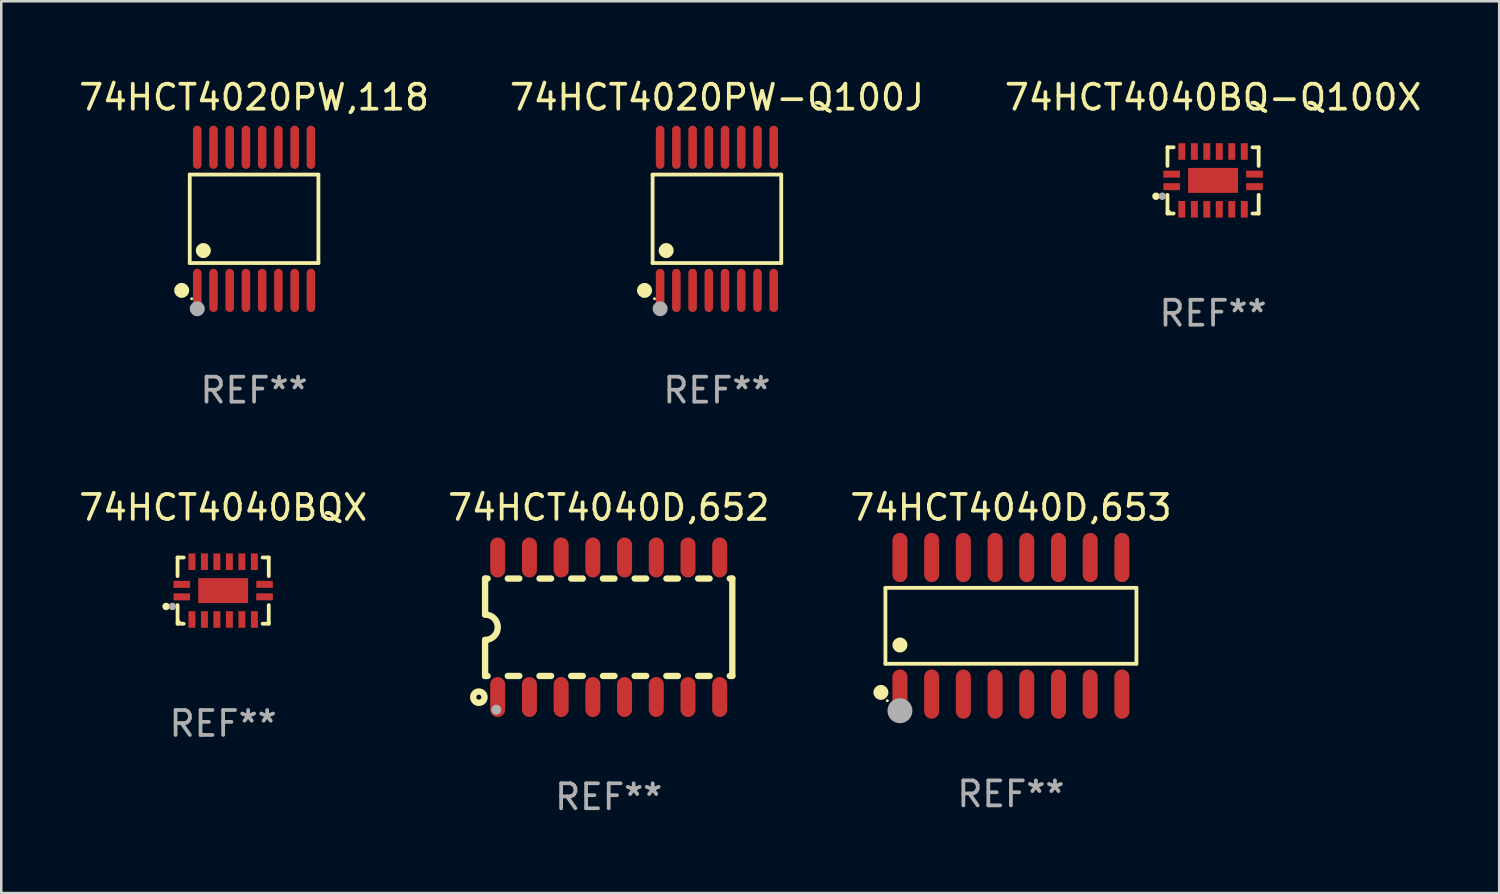
<source format=kicad_pcb>
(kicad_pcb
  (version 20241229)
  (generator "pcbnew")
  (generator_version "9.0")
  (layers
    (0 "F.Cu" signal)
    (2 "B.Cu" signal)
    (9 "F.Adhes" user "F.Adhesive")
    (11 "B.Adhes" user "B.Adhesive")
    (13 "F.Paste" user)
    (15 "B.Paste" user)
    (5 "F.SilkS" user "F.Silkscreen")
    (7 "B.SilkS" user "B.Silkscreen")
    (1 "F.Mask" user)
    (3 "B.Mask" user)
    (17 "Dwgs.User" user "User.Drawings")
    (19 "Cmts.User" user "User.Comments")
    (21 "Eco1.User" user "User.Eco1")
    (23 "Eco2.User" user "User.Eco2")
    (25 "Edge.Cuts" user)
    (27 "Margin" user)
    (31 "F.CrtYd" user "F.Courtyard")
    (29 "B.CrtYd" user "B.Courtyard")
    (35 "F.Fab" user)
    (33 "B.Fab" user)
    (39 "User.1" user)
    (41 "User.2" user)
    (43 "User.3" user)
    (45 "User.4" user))
  (footprint "74HCT4040BQX"
    (layer "F.Cu")
    (at 5.887 20.602)
    (property "Reference" "74HCT4040BQX" (at 0 -3.326 0) (layer "F.SilkS") (effects (font (size 1 1) (thickness 0.15))))
    (attr through_hole)
    (fp_line (start -1.826 -1.326) (end -1.58 -1.326) (stroke (width 0.152) (type solid)) (layer "F.SilkS"))
    (fp_line (start -1.826 -0.58) (end -1.826 -1.326) (stroke (width 0.152) (type solid)) (layer "F.SilkS"))
    (fp_line (start -1.826 0.58) (end -1.826 1.326) (stroke (width 0.152) (type solid)) (layer "F.SilkS"))
    (fp_line (start -1.826 1.326) (end -1.58 1.326) (stroke (width 0.152) (type solid)) (layer "F.SilkS"))
    (fp_line (start 1.826 -1.326) (end 1.58 -1.326) (stroke (width 0.152) (type solid)) (layer "F.SilkS"))
    (fp_line (start 1.826 -0.58) (end 1.826 -1.326) (stroke (width 0.152) (type solid)) (layer "F.SilkS"))
    (fp_line (start 1.826 0.58) (end 1.826 1.326) (stroke (width 0.152) (type solid)) (layer "F.SilkS"))
    (fp_line (start 1.826 1.326) (end 1.58 1.326) (stroke (width 0.152) (type solid)) (layer "F.SilkS"))
    (fp_circle (center -2.286 0.635) (end -2.211 0.635) (stroke (width 0.15) (type solid)) (fill no) (layer "F.SilkS"))
    (fp_circle (center -1.75 1.25) (end -1.72 1.25) (stroke (width 0.06) (type solid)) (fill no) (layer "F.SilkS"))
    (fp_circle (center -2.032 0.635) (end -1.957 0.635) (stroke (width 0.15) (type solid)) (fill no) (layer "F.Fab"))
    (fp_text user "REF**" (at 0 5.326 0) (layer "F.Fab") (effects (font (size 1 1) (thickness 0.15))))
    (pad "1" smd rect (at -1.658 0.25) (size 0.665 0.28) (layers "F.Cu" "F.Mask" "F.Paste"))
    (pad "2" smd rect (at -1.25 1.157) (size 0.28 0.665) (layers "F.Cu" "F.Mask" "F.Paste"))
    (pad "3" smd rect (at -0.75 1.157) (size 0.28 0.665) (layers "F.Cu" "F.Mask" "F.Paste"))
    (pad "4" smd rect (at -0.25 1.157) (size 0.28 0.665) (layers "F.Cu" "F.Mask" "F.Paste"))
    (pad "5" smd rect (at 0.25 1.157) (size 0.28 0.665) (layers "F.Cu" "F.Mask" "F.Paste"))
    (pad "6" smd rect (at 0.75 1.157) (size 0.28 0.665) (layers "F.Cu" "F.Mask" "F.Paste"))
    (pad "7" smd rect (at 1.25 1.157) (size 0.28 0.665) (layers "F.Cu" "F.Mask" "F.Paste"))
    (pad "8" smd rect (at 1.658 0.25) (size 0.665 0.28) (layers "F.Cu" "F.Mask" "F.Paste"))
    (pad "9" smd rect (at 1.658 -0.25) (size 0.665 0.28) (layers "F.Cu" "F.Mask" "F.Paste"))
    (pad "10" smd rect (at 1.25 -1.157) (size 0.28 0.665) (layers "F.Cu" "F.Mask" "F.Paste"))
    (pad "11" smd rect (at 0.75 -1.157) (size 0.28 0.665) (layers "F.Cu" "F.Mask" "F.Paste"))
    (pad "12" smd rect (at 0.25 -1.157) (size 0.28 0.665) (layers "F.Cu" "F.Mask" "F.Paste"))
    (pad "13" smd rect (at -0.25 -1.157) (size 0.28 0.665) (layers "F.Cu" "F.Mask" "F.Paste"))
    (pad "14" smd rect (at -0.75 -1.157) (size 0.28 0.665) (layers "F.Cu" "F.Mask" "F.Paste"))
    (pad "15" smd rect (at -1.25 -1.157) (size 0.28 0.665) (layers "F.Cu" "F.Mask" "F.Paste"))
    (pad "16" smd rect (at -1.658 -0.25) (size 0.665 0.28) (layers "F.Cu" "F.Mask" "F.Paste"))
    (pad "17" smd rect (at 0 0) (size 2 1) (layers "F.Cu" "F.Mask" "F.Paste")))
  (footprint "74HCT4040D,653"
    (layer "F.Cu")
    (at 37.435 22.012)
    (property "Reference" "74HCT4040D,653" (at 0 -4.736 0) (layer "F.SilkS") (effects (font (size 1 1) (thickness 0.15))))
    (attr through_hole)
    (fp_line (start -5.026 -1.521) (end 5.026 -1.521) (stroke (width 0.152) (type solid)) (layer "F.SilkS"))
    (fp_line (start -5.026 1.521) (end -5.026 -1.521) (stroke (width 0.152) (type solid)) (layer "F.SilkS"))
    (fp_line (start 5.026 -1.521) (end 5.026 1.521) (stroke (width 0.152) (type solid)) (layer "F.SilkS"))
    (fp_line (start 5.026 1.521) (end -5.026 1.521) (stroke (width 0.152) (type solid)) (layer "F.SilkS"))
    (fp_circle (center -5.207 2.667) (end -5.057 2.667) (stroke (width 0.3) (type solid)) (fill no) (layer "F.SilkS"))
    (fp_circle (center -4.95 3) (end -4.92 3) (stroke (width 0.06) (type solid)) (fill no) (layer "F.SilkS"))
    (fp_circle (center -4.445 0.769) (end -4.295 0.769) (stroke (width 0.3) (type solid)) (fill no) (layer "F.SilkS"))
    (fp_circle (center -4.445 3.4) (end -4.195 3.4) (stroke (width 0.5) (type solid)) (fill no) (layer "F.Fab"))
    (fp_text user "REF**" (at 0 6.736 0) (layer "F.Fab") (effects (font (size 1 1) (thickness 0.15))))
    (pad "1" smd oval (at -4.445 2.736) (size 0.602 1.971) (layers "F.Cu" "F.Mask" "F.Paste"))
    (pad "2" smd oval (at -3.175 2.736) (size 0.602 1.971) (layers "F.Cu" "F.Mask" "F.Paste"))
    (pad "3" smd oval (at -1.905 2.736) (size 0.602 1.971) (layers "F.Cu" "F.Mask" "F.Paste"))
    (pad "4" smd oval (at -0.635 2.736) (size 0.602 1.971) (layers "F.Cu" "F.Mask" "F.Paste"))
    (pad "5" smd oval (at 0.635 2.736) (size 0.602 1.971) (layers "F.Cu" "F.Mask" "F.Paste"))
    (pad "6" smd oval (at 1.905 2.736) (size 0.602 1.971) (layers "F.Cu" "F.Mask" "F.Paste"))
    (pad "7" smd oval (at 3.175 2.736) (size 0.602 1.971) (layers "F.Cu" "F.Mask" "F.Paste"))
    (pad "8" smd oval (at 4.445 2.736) (size 0.602 1.971) (layers "F.Cu" "F.Mask" "F.Paste"))
    (pad "9" smd oval (at 4.445 -2.736) (size 0.602 1.971) (layers "F.Cu" "F.Mask" "F.Paste"))
    (pad "10" smd oval (at 3.175 -2.736) (size 0.602 1.971) (layers "F.Cu" "F.Mask" "F.Paste"))
    (pad "11" smd oval (at 1.905 -2.736) (size 0.602 1.971) (layers "F.Cu" "F.Mask" "F.Paste"))
    (pad "12" smd oval (at 0.635 -2.736) (size 0.602 1.971) (layers "F.Cu" "F.Mask" "F.Paste"))
    (pad "13" smd oval (at -0.635 -2.736) (size 0.602 1.971) (layers "F.Cu" "F.Mask" "F.Paste"))
    (pad "14" smd oval (at -1.905 -2.736) (size 0.602 1.971) (layers "F.Cu" "F.Mask" "F.Paste"))
    (pad "15" smd oval (at -3.175 -2.736) (size 0.602 1.971) (layers "F.Cu" "F.Mask" "F.Paste"))
    (pad "16" smd oval (at -4.445 -2.736) (size 0.602 1.971) (layers "F.Cu" "F.Mask" "F.Paste")))
  (footprint "74HCT4040BQ-Q100X"
    (layer "F.Cu")
    (at 45.53 4.174)
    (property "Reference" "74HCT4040BQ-Q100X" (at 0 -3.326 0) (layer "F.SilkS") (effects (font (size 1 1) (thickness 0.15))))
    (attr through_hole)
    (fp_line (start -1.826 -1.326) (end -1.58 -1.326) (stroke (width 0.152) (type solid)) (layer "F.SilkS"))
    (fp_line (start -1.826 -0.58) (end -1.826 -1.326) (stroke (width 0.152) (type solid)) (layer "F.SilkS"))
    (fp_line (start -1.826 0.58) (end -1.826 1.326) (stroke (width 0.152) (type solid)) (layer "F.SilkS"))
    (fp_line (start -1.826 1.326) (end -1.58 1.326) (stroke (width 0.152) (type solid)) (layer "F.SilkS"))
    (fp_line (start 1.826 -1.326) (end 1.58 -1.326) (stroke (width 0.152) (type solid)) (layer "F.SilkS"))
    (fp_line (start 1.826 -0.58) (end 1.826 -1.326) (stroke (width 0.152) (type solid)) (layer "F.SilkS"))
    (fp_line (start 1.826 0.58) (end 1.826 1.326) (stroke (width 0.152) (type solid)) (layer "F.SilkS"))
    (fp_line (start 1.826 1.326) (end 1.58 1.326) (stroke (width 0.152) (type solid)) (layer "F.SilkS"))
    (fp_circle (center -2.286 0.635) (end -2.211 0.635) (stroke (width 0.15) (type solid)) (fill no) (layer "F.SilkS"))
    (fp_circle (center -1.75 1.25) (end -1.72 1.25) (stroke (width 0.06) (type solid)) (fill no) (layer "F.SilkS"))
    (fp_circle (center -2.032 0.635) (end -1.957 0.635) (stroke (width 0.15) (type solid)) (fill no) (layer "F.Fab"))
    (fp_text user "REF**" (at 0 5.326 0) (layer "F.Fab") (effects (font (size 1 1) (thickness 0.15))))
    (pad "1" smd rect (at -1.658 0.25) (size 0.665 0.28) (layers "F.Cu" "F.Mask" "F.Paste"))
    (pad "2" smd rect (at -1.25 1.157) (size 0.28 0.665) (layers "F.Cu" "F.Mask" "F.Paste"))
    (pad "3" smd rect (at -0.75 1.157) (size 0.28 0.665) (layers "F.Cu" "F.Mask" "F.Paste"))
    (pad "4" smd rect (at -0.25 1.157) (size 0.28 0.665) (layers "F.Cu" "F.Mask" "F.Paste"))
    (pad "5" smd rect (at 0.25 1.157) (size 0.28 0.665) (layers "F.Cu" "F.Mask" "F.Paste"))
    (pad "6" smd rect (at 0.75 1.157) (size 0.28 0.665) (layers "F.Cu" "F.Mask" "F.Paste"))
    (pad "7" smd rect (at 1.25 1.157) (size 0.28 0.665) (layers "F.Cu" "F.Mask" "F.Paste"))
    (pad "8" smd rect (at 1.658 0.25) (size 0.665 0.28) (layers "F.Cu" "F.Mask" "F.Paste"))
    (pad "9" smd rect (at 1.658 -0.25) (size 0.665 0.28) (layers "F.Cu" "F.Mask" "F.Paste"))
    (pad "10" smd rect (at 1.25 -1.157) (size 0.28 0.665) (layers "F.Cu" "F.Mask" "F.Paste"))
    (pad "11" smd rect (at 0.75 -1.157) (size 0.28 0.665) (layers "F.Cu" "F.Mask" "F.Paste"))
    (pad "12" smd rect (at 0.25 -1.157) (size 0.28 0.665) (layers "F.Cu" "F.Mask" "F.Paste"))
    (pad "13" smd rect (at -0.25 -1.157) (size 0.28 0.665) (layers "F.Cu" "F.Mask" "F.Paste"))
    (pad "14" smd rect (at -0.75 -1.157) (size 0.28 0.665) (layers "F.Cu" "F.Mask" "F.Paste"))
    (pad "15" smd rect (at -1.25 -1.157) (size 0.28 0.665) (layers "F.Cu" "F.Mask" "F.Paste"))
    (pad "16" smd rect (at -1.658 -0.25) (size 0.665 0.28) (layers "F.Cu" "F.Mask" "F.Paste"))
    (pad "17" smd rect (at 0 0) (size 2 1) (layers "F.Cu" "F.Mask" "F.Paste")))
  (footprint "74HCT4020PW-Q100J"
    (layer "F.Cu")
    (at 25.661 5.714)
    (property "Reference" "74HCT4020PW-Q100J" (at 0 -4.866 0) (layer "F.SilkS") (effects (font (size 1 1) (thickness 0.15))))
    (attr through_hole)
    (fp_line (start -2.576 -1.772) (end 2.576 -1.772) (stroke (width 0.152) (type solid)) (layer "F.SilkS"))
    (fp_line (start -2.576 1.771) (end -2.576 -1.772) (stroke (width 0.152) (type solid)) (layer "F.SilkS"))
    (fp_line (start 2.576 -1.772) (end 2.576 1.771) (stroke (width 0.152) (type solid)) (layer "F.SilkS"))
    (fp_line (start 2.576 1.771) (end -2.576 1.771) (stroke (width 0.152) (type solid)) (layer "F.SilkS"))
    (fp_circle (center -2.899 2.866) (end -2.749 2.866) (stroke (width 0.3) (type solid)) (fill no) (layer "F.SilkS"))
    (fp_circle (center -2.5 3.2) (end -2.47 3.2) (stroke (width 0.06) (type solid)) (fill no) (layer "F.SilkS"))
    (fp_circle (center -2.032 1.27) (end -1.882 1.27) (stroke (width 0.3) (type solid)) (fill no) (layer "F.SilkS"))
    (fp_circle (center -2.275 3.6) (end -2.125 3.6) (stroke (width 0.3) (type solid)) (fill no) (layer "F.Fab"))
    (fp_text user "REF**" (at 0 6.866 0) (layer "F.Fab") (effects (font (size 1 1) (thickness 0.15))))
    (pad "1" smd oval (at -2.275 2.866) (size 0.343 1.731) (layers "F.Cu" "F.Mask" "F.Paste"))
    (pad "2" smd oval (at -1.625 2.866) (size 0.343 1.731) (layers "F.Cu" "F.Mask" "F.Paste"))
    (pad "3" smd oval (at -0.975 2.866) (size 0.343 1.731) (layers "F.Cu" "F.Mask" "F.Paste"))
    (pad "4" smd oval (at -0.325 2.866) (size 0.343 1.731) (layers "F.Cu" "F.Mask" "F.Paste"))
    (pad "5" smd oval (at 0.325 2.866) (size 0.343 1.731) (layers "F.Cu" "F.Mask" "F.Paste"))
    (pad "6" smd oval (at 0.975 2.866) (size 0.343 1.731) (layers "F.Cu" "F.Mask" "F.Paste"))
    (pad "7" smd oval (at 1.625 2.866) (size 0.343 1.731) (layers "F.Cu" "F.Mask" "F.Paste"))
    (pad "8" smd oval (at 2.275 2.866) (size 0.343 1.731) (layers "F.Cu" "F.Mask" "F.Paste"))
    (pad "9" smd oval (at 2.275 -2.866) (size 0.343 1.731) (layers "F.Cu" "F.Mask" "F.Paste"))
    (pad "10" smd oval (at 1.625 -2.866) (size 0.343 1.731) (layers "F.Cu" "F.Mask" "F.Paste"))
    (pad "11" smd oval (at 0.975 -2.866) (size 0.343 1.731) (layers "F.Cu" "F.Mask" "F.Paste"))
    (pad "12" smd oval (at 0.325 -2.866) (size 0.343 1.731) (layers "F.Cu" "F.Mask" "F.Paste"))
    (pad "13" smd oval (at -0.325 -2.866) (size 0.343 1.731) (layers "F.Cu" "F.Mask" "F.Paste"))
    (pad "14" smd oval (at -0.975 -2.866) (size 0.343 1.731) (layers "F.Cu" "F.Mask" "F.Paste"))
    (pad "15" smd oval (at -1.625 -2.866) (size 0.343 1.731) (layers "F.Cu" "F.Mask" "F.Paste"))
    (pad "16" smd oval (at -2.275 -2.866) (size 0.343 1.731) (layers "F.Cu" "F.Mask" "F.Paste")))
  (footprint "74HCT4040D,652"
    (layer "F.Cu")
    (at 21.327 22.07)
    (property "Reference" "74HCT4040D,652" (at 0 -4.794 0) (layer "F.SilkS") (effects (font (size 1 1) (thickness 0.15))))
    (attr through_hole)
    (fp_line (start -4.95 -1.95) (end -4.95 -0.508) (stroke (width 0.254) (type solid)) (layer "F.SilkS"))
    (fp_line (start -4.95 -1.95) (end -4.849 -1.95) (stroke (width 0.254) (type solid)) (layer "F.SilkS"))
    (fp_line (start -4.95 1.95) (end -4.95 0.508) (stroke (width 0.254) (type solid)) (layer "F.SilkS"))
    (fp_line (start -4.95 1.95) (end -4.849 1.95) (stroke (width 0.254) (type solid)) (layer "F.SilkS"))
    (fp_line (start -4.041 -1.95) (end -3.579 -1.95) (stroke (width 0.254) (type solid)) (layer "F.SilkS"))
    (fp_line (start -4.041 1.95) (end -3.579 1.95) (stroke (width 0.254) (type solid)) (layer "F.SilkS"))
    (fp_line (start -2.771 -1.95) (end -2.309 -1.95) (stroke (width 0.254) (type solid)) (layer "F.SilkS"))
    (fp_line (start -2.771 1.95) (end -2.309 1.95) (stroke (width 0.254) (type solid)) (layer "F.SilkS"))
    (fp_line (start -1.501 -1.95) (end -1.039 -1.95) (stroke (width 0.254) (type solid)) (layer "F.SilkS"))
    (fp_line (start -1.501 1.95) (end -1.039 1.95) (stroke (width 0.254) (type solid)) (layer "F.SilkS"))
    (fp_line (start -0.231 -1.95) (end 0.231 -1.95) (stroke (width 0.254) (type solid)) (layer "F.SilkS"))
    (fp_line (start -0.231 1.95) (end 0.231 1.95) (stroke (width 0.254) (type solid)) (layer "F.SilkS"))
    (fp_line (start 1.039 -1.95) (end 1.501 -1.95) (stroke (width 0.254) (type solid)) (layer "F.SilkS"))
    (fp_line (start 1.039 1.95) (end 1.501 1.95) (stroke (width 0.254) (type solid)) (layer "F.SilkS"))
    (fp_line (start 2.309 -1.95) (end 2.771 -1.95) (stroke (width 0.254) (type solid)) (layer "F.SilkS"))
    (fp_line (start 2.309 1.95) (end 2.771 1.95) (stroke (width 0.254) (type solid)) (layer "F.SilkS"))
    (fp_line (start 3.579 -1.95) (end 4.041 -1.95) (stroke (width 0.254) (type solid)) (layer "F.SilkS"))
    (fp_line (start 3.579 1.95) (end 4.041 1.95) (stroke (width 0.254) (type solid)) (layer "F.SilkS"))
    (fp_line (start 4.849 -1.95) (end 4.95 -1.95) (stroke (width 0.254) (type solid)) (layer "F.SilkS"))
    (fp_line (start 4.849 1.95) (end 4.95 1.95) (stroke (width 0.254) (type solid)) (layer "F.SilkS"))
    (fp_line (start 4.95 -1.95) (end 4.95 1.95) (stroke (width 0.254) (type solid)) (layer "F.SilkS"))
    (fp_arc (start -4.95047 -0.508001) (mid -4.442469 -0.000228) (end -4.950013 0.508001) (stroke (width 0.254001) (type solid)) (layer "F.SilkS"))
    (fp_circle (center -5.2 2.8) (end -5.1 2.8) (stroke (width 0.254) (type solid)) (fill no) (layer "F.SilkS"))
    (fp_circle (center -4.95 2.947) (end -4.92 2.947) (stroke (width 0.06) (type solid)) (fill no) (layer "F.SilkS"))
    (fp_circle (center -4.5 3.3) (end -4.4 3.3) (stroke (width 0.2) (type solid)) (fill no) (layer "F.Fab"))
    (fp_text user "REF**" (at 0 6.794 0) (layer "F.Fab") (effects (font (size 1 1) (thickness 0.15))))
    (pad "1" smd oval (at -4.445 2.794) (size 0.6 1.6) (layers "F.Cu" "F.Mask" "F.Paste"))
    (pad "2" smd oval (at -3.175 2.794) (size 0.6 1.6) (layers "F.Cu" "F.Mask" "F.Paste"))
    (pad "3" smd oval (at -1.905 2.794) (size 0.6 1.6) (layers "F.Cu" "F.Mask" "F.Paste"))
    (pad "4" smd oval (at -0.635 2.794) (size 0.6 1.6) (layers "F.Cu" "F.Mask" "F.Paste"))
    (pad "5" smd oval (at 0.635 2.794) (size 0.6 1.6) (layers "F.Cu" "F.Mask" "F.Paste"))
    (pad "6" smd oval (at 1.905 2.794) (size 0.6 1.6) (layers "F.Cu" "F.Mask" "F.Paste"))
    (pad "7" smd oval (at 3.175 2.794) (size 0.6 1.6) (layers "F.Cu" "F.Mask" "F.Paste"))
    (pad "8" smd oval (at 4.445 2.794) (size 0.6 1.6) (layers "F.Cu" "F.Mask" "F.Paste"))
    (pad "9" smd oval (at 4.445 -2.794) (size 0.6 1.6) (layers "F.Cu" "F.Mask" "F.Paste"))
    (pad "10" smd oval (at 3.175 -2.794) (size 0.6 1.6) (layers "F.Cu" "F.Mask" "F.Paste"))
    (pad "11" smd oval (at 1.905 -2.794) (size 0.6 1.6) (layers "F.Cu" "F.Mask" "F.Paste"))
    (pad "12" smd oval (at 0.635 -2.794) (size 0.6 1.6) (layers "F.Cu" "F.Mask" "F.Paste"))
    (pad "13" smd oval (at -0.635 -2.794) (size 0.6 1.6) (layers "F.Cu" "F.Mask" "F.Paste"))
    (pad "14" smd oval (at -1.905 -2.794) (size 0.6 1.6) (layers "F.Cu" "F.Mask" "F.Paste"))
    (pad "15" smd oval (at -3.175 -2.794) (size 0.6 1.6) (layers "F.Cu" "F.Mask" "F.Paste"))
    (pad "16" smd oval (at -4.445 -2.794) (size 0.6 1.6) (layers "F.Cu" "F.Mask" "F.Paste")))
  (footprint "74HCT4020PW,118"
    (layer "F.Cu")
    (at 7.125 5.714)
    (property "Reference" "74HCT4020PW,118" (at 0 -4.866 0) (layer "F.SilkS") (effects (font (size 1 1) (thickness 0.15))))
    (attr through_hole)
    (fp_line (start -2.576 -1.772) (end 2.576 -1.772) (stroke (width 0.152) (type solid)) (layer "F.SilkS"))
    (fp_line (start -2.576 1.771) (end -2.576 -1.772) (stroke (width 0.152) (type solid)) (layer "F.SilkS"))
    (fp_line (start 2.576 -1.772) (end 2.576 1.771) (stroke (width 0.152) (type solid)) (layer "F.SilkS"))
    (fp_line (start 2.576 1.771) (end -2.576 1.771) (stroke (width 0.152) (type solid)) (layer "F.SilkS"))
    (fp_circle (center -2.899 2.866) (end -2.749 2.866) (stroke (width 0.3) (type solid)) (fill no) (layer "F.SilkS"))
    (fp_circle (center -2.5 3.2) (end -2.47 3.2) (stroke (width 0.06) (type solid)) (fill no) (layer "F.SilkS"))
    (fp_circle (center -2.032 1.27) (end -1.882 1.27) (stroke (width 0.3) (type solid)) (fill no) (layer "F.SilkS"))
    (fp_circle (center -2.275 3.6) (end -2.125 3.6) (stroke (width 0.3) (type solid)) (fill no) (layer "F.Fab"))
    (fp_text user "REF**" (at 0 6.866 0) (layer "F.Fab") (effects (font (size 1 1) (thickness 0.15))))
    (pad "1" smd oval (at -2.275 2.866) (size 0.343 1.731) (layers "F.Cu" "F.Mask" "F.Paste"))
    (pad "2" smd oval (at -1.625 2.866) (size 0.343 1.731) (layers "F.Cu" "F.Mask" "F.Paste"))
    (pad "3" smd oval (at -0.975 2.866) (size 0.343 1.731) (layers "F.Cu" "F.Mask" "F.Paste"))
    (pad "4" smd oval (at -0.325 2.866) (size 0.343 1.731) (layers "F.Cu" "F.Mask" "F.Paste"))
    (pad "5" smd oval (at 0.325 2.866) (size 0.343 1.731) (layers "F.Cu" "F.Mask" "F.Paste"))
    (pad "6" smd oval (at 0.975 2.866) (size 0.343 1.731) (layers "F.Cu" "F.Mask" "F.Paste"))
    (pad "7" smd oval (at 1.625 2.866) (size 0.343 1.731) (layers "F.Cu" "F.Mask" "F.Paste"))
    (pad "8" smd oval (at 2.275 2.866) (size 0.343 1.731) (layers "F.Cu" "F.Mask" "F.Paste"))
    (pad "9" smd oval (at 2.275 -2.866) (size 0.343 1.731) (layers "F.Cu" "F.Mask" "F.Paste"))
    (pad "10" smd oval (at 1.625 -2.866) (size 0.343 1.731) (layers "F.Cu" "F.Mask" "F.Paste"))
    (pad "11" smd oval (at 0.975 -2.866) (size 0.343 1.731) (layers "F.Cu" "F.Mask" "F.Paste"))
    (pad "12" smd oval (at 0.325 -2.866) (size 0.343 1.731) (layers "F.Cu" "F.Mask" "F.Paste"))
    (pad "13" smd oval (at -0.325 -2.866) (size 0.343 1.731) (layers "F.Cu" "F.Mask" "F.Paste"))
    (pad "14" smd oval (at -0.975 -2.866) (size 0.343 1.731) (layers "F.Cu" "F.Mask" "F.Paste"))
    (pad "15" smd oval (at -1.625 -2.866) (size 0.343 1.731) (layers "F.Cu" "F.Mask" "F.Paste"))
    (pad "16" smd oval (at -2.275 -2.866) (size 0.343 1.731) (layers "F.Cu" "F.Mask" "F.Paste")))
  (gr_rect
    (start -3 -3)
    (end 56.988 32.713)
    (stroke (width 0.1) (type default))
    (fill no)
    (layer "Edge.Cuts")))
</source>
